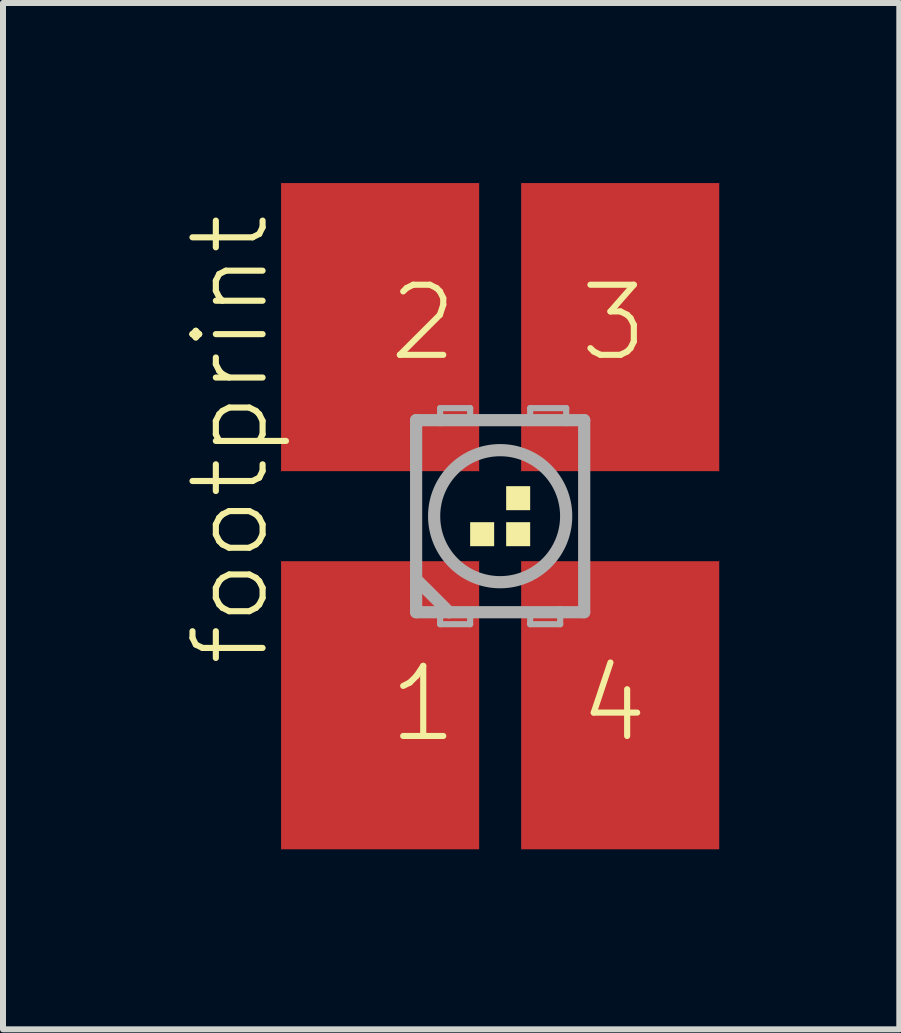
<source format=kicad_pcb>
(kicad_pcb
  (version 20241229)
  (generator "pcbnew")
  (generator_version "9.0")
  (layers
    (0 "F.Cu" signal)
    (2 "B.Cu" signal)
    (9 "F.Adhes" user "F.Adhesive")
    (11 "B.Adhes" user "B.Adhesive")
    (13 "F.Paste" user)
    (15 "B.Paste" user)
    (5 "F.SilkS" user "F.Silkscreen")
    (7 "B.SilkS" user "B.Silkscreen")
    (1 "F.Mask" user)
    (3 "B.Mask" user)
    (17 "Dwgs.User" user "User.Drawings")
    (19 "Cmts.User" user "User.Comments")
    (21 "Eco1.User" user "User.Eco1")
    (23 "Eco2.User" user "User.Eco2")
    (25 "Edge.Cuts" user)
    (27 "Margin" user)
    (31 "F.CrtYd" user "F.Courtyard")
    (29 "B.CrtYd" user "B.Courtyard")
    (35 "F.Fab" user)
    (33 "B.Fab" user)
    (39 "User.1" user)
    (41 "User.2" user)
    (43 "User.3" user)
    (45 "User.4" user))
  (footprint "footprint"
    (layer "F.Cu")
    (at 5.283 5.55)
    (property "Reference" "footprint" (at -3.81 2.54 90) (layer "F.SilkS") (effects (font (size 1.168 1.168) (thickness 0.102)) (justify left bottom)))
    (fp_poly (pts (xy -1.15 -0.75) (xy -0.35 -0.75) (xy -0.35 -1.85) (xy -1.15 -1.85)) (stroke (width 0) (type solid)) (fill yes) (layer "F.Mask"))
    (fp_poly (pts (xy -1.15 1.85) (xy -0.35 1.85) (xy -0.35 0.75) (xy -1.15 0.75)) (stroke (width 0) (type solid)) (fill yes) (layer "F.Mask"))
    (fp_poly (pts (xy 0.35 -0.75) (xy 1.15 -0.75) (xy 1.15 -1.85) (xy 0.35 -1.85)) (stroke (width 0) (type solid)) (fill yes) (layer "F.Mask"))
    (fp_poly (pts (xy 0.35 1.85) (xy 1.15 1.85) (xy 1.15 0.75) (xy 0.35 0.75)) (stroke (width 0) (type solid)) (fill yes) (layer "F.Mask"))
    (fp_poly (pts (xy -0.5 0.5) (xy -0.1 0.5) (xy -0.1 0.1) (xy -0.5 0.1)) (stroke (width 0) (type solid)) (fill yes) (layer "F.SilkS"))
    (fp_poly (pts (xy 0.1 -0.1) (xy 0.5 -0.1) (xy 0.5 -0.5) (xy 0.1 -0.5)) (stroke (width 0) (type solid)) (fill yes) (layer "F.SilkS"))
    (fp_poly (pts (xy 0.1 0.5) (xy 0.5 0.5) (xy 0.5 0.1) (xy 0.1 0.1)) (stroke (width 0) (type solid)) (fill yes) (layer "F.SilkS"))
    (fp_poly (pts (xy -1.1 -0.8) (xy -0.4 -0.8) (xy -0.4 -1.8) (xy -1.1 -1.8)) (stroke (width 0) (type solid)) (fill yes) (layer "F.Paste"))
    (fp_poly (pts (xy -1.1 1.8) (xy -0.4 1.8) (xy -0.4 0.8) (xy -1.1 0.8)) (stroke (width 0) (type solid)) (fill yes) (layer "F.Paste"))
    (fp_poly (pts (xy 0.4 -0.8) (xy 1.1 -0.8) (xy 1.1 -1.8) (xy 0.4 -1.8)) (stroke (width 0) (type solid)) (fill yes) (layer "F.Paste"))
    (fp_poly (pts (xy 0.4 1.8) (xy 1.1 1.8) (xy 1.1 0.8) (xy 0.4 0.8)) (stroke (width 0) (type solid)) (fill yes) (layer "F.Paste"))
    (fp_line (start -1.4 -1.6) (end -1.4 1.05) (stroke (width 0.203) (type solid)) (layer "F.Fab"))
    (fp_line (start -1.4 1.05) (end -1.4 1.6) (stroke (width 0.203) (type solid)) (layer "F.Fab"))
    (fp_line (start -1.4 1.6) (end -1 1.6) (stroke (width 0.203) (type solid)) (layer "F.Fab"))
    (fp_line (start -1 -1.8) (end -0.5 -1.8) (stroke (width 0.102) (type solid)) (layer "F.Fab"))
    (fp_line (start -1 -1.6) (end -1.4 -1.6) (stroke (width 0.203) (type solid)) (layer "F.Fab"))
    (fp_line (start -1 -1.6) (end -1 -1.8) (stroke (width 0.102) (type solid)) (layer "F.Fab"))
    (fp_line (start -1 1.6) (end -1 1.8) (stroke (width 0.102) (type solid)) (layer "F.Fab"))
    (fp_line (start -1 1.6) (end -0.85 1.6) (stroke (width 0.203) (type solid)) (layer "F.Fab"))
    (fp_line (start -1 1.8) (end -0.5 1.8) (stroke (width 0.102) (type solid)) (layer "F.Fab"))
    (fp_line (start -0.85 1.6) (end -1.4 1.05) (stroke (width 0.203) (type solid)) (layer "F.Fab"))
    (fp_line (start -0.85 1.6) (end 1 1.6) (stroke (width 0.203) (type solid)) (layer "F.Fab"))
    (fp_line (start -0.5 -1.8) (end -0.5 -1.65) (stroke (width 0.102) (type solid)) (layer "F.Fab"))
    (fp_line (start -0.5 1.8) (end -0.5 1.65) (stroke (width 0.102) (type solid)) (layer "F.Fab"))
    (fp_line (start 0.5 -1.8) (end 1.1 -1.8) (stroke (width 0.102) (type solid)) (layer "F.Fab"))
    (fp_line (start 0.5 -1.65) (end 0.5 -1.8) (stroke (width 0.102) (type solid)) (layer "F.Fab"))
    (fp_line (start 0.5 1.65) (end 0.5 1.8) (stroke (width 0.102) (type solid)) (layer "F.Fab"))
    (fp_line (start 0.5 1.8) (end 1 1.8) (stroke (width 0.102) (type solid)) (layer "F.Fab"))
    (fp_line (start 1 1.6) (end 1.4 1.6) (stroke (width 0.203) (type solid)) (layer "F.Fab"))
    (fp_line (start 1 1.8) (end 1 1.6) (stroke (width 0.102) (type solid)) (layer "F.Fab"))
    (fp_line (start 1.1 -1.8) (end 1.1 -1.6) (stroke (width 0.102) (type solid)) (layer "F.Fab"))
    (fp_line (start 1.1 -1.6) (end -1 -1.6) (stroke (width 0.203) (type solid)) (layer "F.Fab"))
    (fp_line (start 1.4 -1.6) (end 1.1 -1.6) (stroke (width 0.203) (type solid)) (layer "F.Fab"))
    (fp_line (start 1.4 1.6) (end 1.4 -1.6) (stroke (width 0.203) (type solid)) (layer "F.Fab"))
    (fp_circle (center 0 0) (end 1.1 0) (stroke (width 0.203) (type solid)) (fill no) (layer "F.Fab"))
    (fp_text user "2" (at -1.905 -2.54 0) (layer "F.SilkS") (effects (font (size 1.168 1.168) (thickness 0.102)) (justify left bottom)))
    (fp_text user "3" (at 1.27 -2.54 0) (layer "F.SilkS") (effects (font (size 1.168 1.168) (thickness 0.102)) (justify left bottom)))
    (fp_text user "4" (at 1.27 3.81 0) (layer "F.SilkS") (effects (font (size 1.168 1.168) (thickness 0.102)) (justify left bottom)))
    (fp_text user "1" (at -1.905 3.81 0) (layer "F.SilkS") (effects (font (size 1.168 1.168) (thickness 0.102)) (justify left bottom)))
    (pad "1" smd rect (at -2 3.15) (size 3.3 4.8) (layers "F.Cu"))
    (pad "2" smd rect (at -2 -3.15) (size 3.3 4.8) (layers "F.Cu"))
    (pad "3" smd rect (at 2 -3.15) (size 3.3 4.8) (layers "F.Cu"))
    (pad "4" smd rect (at 2 3.15) (size 3.3 4.8) (layers "F.Cu")))
  (gr_rect
    (start -3 -3)
    (end 11.933 14.1)
    (stroke (width 0.1) (type default))
    (fill no)
    (layer "Edge.Cuts")))
</source>
